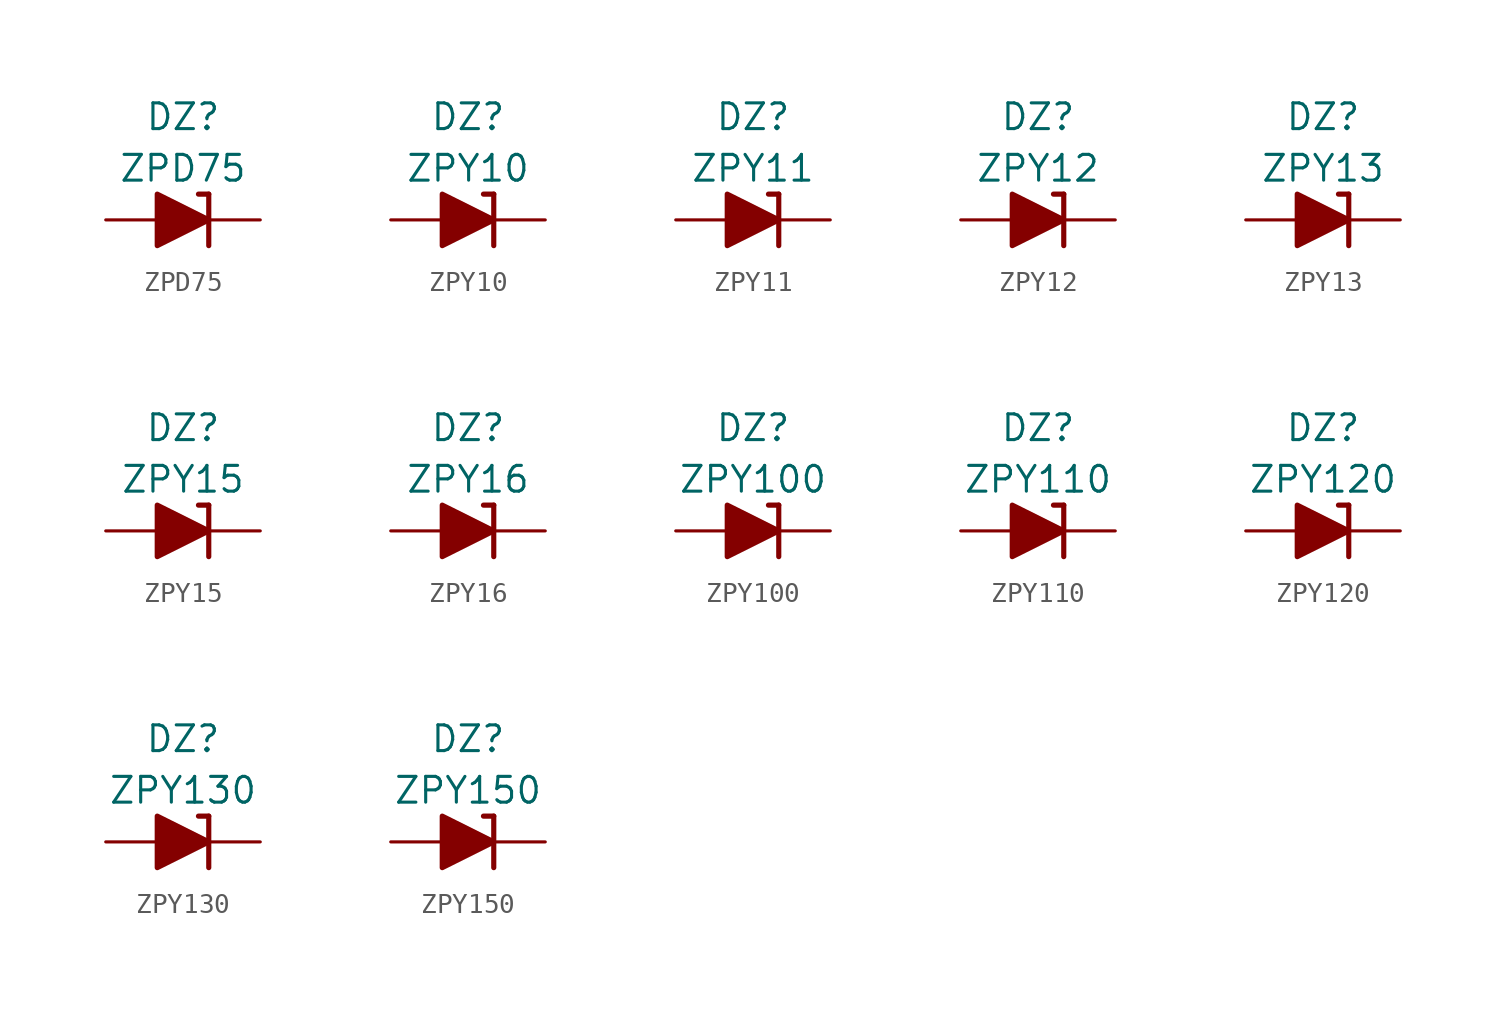
<source format=kicad_sym>
(kicad_symbol_lib
  (version 20201005)
  (generator kicad_symbol_editor)
  (symbol "Diode_Zener_AKL:ZPD75"
    (pin_numbers hide)
    (pin_names
      (offset 1.016) hide)
    (property "Reference" "DZ"
      (at 0 5.08 0)
      (effects (font (size 1.27 1.27))))
    (property "Value" "ZPD75"
      (at 0 2.54 0)
      (effects (font (size 1.27 1.27))))
    (symbol "ZPD75_0_1"
      (polyline (pts (xy -1.27 0) (xy 1.27 0)) (stroke (width 0)) (fill (type none)))
      (polyline (pts (xy 1.27 1.27) (xy 0.762 1.27)) (stroke (width 0.254)) (fill (type none)))
      (polyline (pts (xy 1.27 1.27) (xy 1.27 -1.27)) (stroke (width 0.254)) (fill (type none)))
      (polyline (pts (xy -1.27 -1.27) (xy -1.27 1.27) (xy 1.27 0) (xy -1.27 -1.27)) (stroke (width 0.254)) (fill (type outline))))
    (symbol "ZPD75_1_1"
      (pin passive line (at 3.81 0 180) (length 2.54) (name "K" (effects (font (size 1.27 1.27)))) (number "1" (effects (font (size 1.27 1.27)))))
      (pin passive line (at -3.81 0 0) (length 2.54) (name "A" (effects (font (size 1.27 1.27)))) (number "2" (effects (font (size 1.27 1.27)))))))
  (symbol "Diode_Zener_AKL:ZPY10"
    (pin_numbers hide)
    (pin_names
      (offset 1.016) hide)
    (property "Reference" "DZ"
      (at 0 5.08 0)
      (effects (font (size 1.27 1.27))))
    (property "Value" "ZPY10"
      (at 0 2.54 0)
      (effects (font (size 1.27 1.27))))
    (symbol "ZPY10_0_1"
      (polyline (pts (xy -1.27 0) (xy 1.27 0)) (stroke (width 0)) (fill (type none)))
      (polyline (pts (xy 1.27 1.27) (xy 0.762 1.27)) (stroke (width 0.254)) (fill (type none)))
      (polyline (pts (xy 1.27 1.27) (xy 1.27 -1.27)) (stroke (width 0.254)) (fill (type none)))
      (polyline (pts (xy -1.27 -1.27) (xy -1.27 1.27) (xy 1.27 0) (xy -1.27 -1.27)) (stroke (width 0.254)) (fill (type outline))))
    (symbol "ZPY10_1_1"
      (pin passive line (at 3.81 0 180) (length 2.54) (name "K" (effects (font (size 1.27 1.27)))) (number "1" (effects (font (size 1.27 1.27)))))
      (pin passive line (at -3.81 0 0) (length 2.54) (name "A" (effects (font (size 1.27 1.27)))) (number "2" (effects (font (size 1.27 1.27)))))))
  (symbol "Diode_Zener_AKL:ZPY11"
    (pin_numbers hide)
    (pin_names
      (offset 1.016) hide)
    (property "Reference" "DZ"
      (at 0 5.08 0)
      (effects (font (size 1.27 1.27))))
    (property "Value" "ZPY11"
      (at 0 2.54 0)
      (effects (font (size 1.27 1.27))))
    (symbol "ZPY11_0_1"
      (polyline (pts (xy -1.27 0) (xy 1.27 0)) (stroke (width 0)) (fill (type none)))
      (polyline (pts (xy 1.27 1.27) (xy 0.762 1.27)) (stroke (width 0.254)) (fill (type none)))
      (polyline (pts (xy 1.27 1.27) (xy 1.27 -1.27)) (stroke (width 0.254)) (fill (type none)))
      (polyline (pts (xy -1.27 -1.27) (xy -1.27 1.27) (xy 1.27 0) (xy -1.27 -1.27)) (stroke (width 0.254)) (fill (type outline))))
    (symbol "ZPY11_1_1"
      (pin passive line (at 3.81 0 180) (length 2.54) (name "K" (effects (font (size 1.27 1.27)))) (number "1" (effects (font (size 1.27 1.27)))))
      (pin passive line (at -3.81 0 0) (length 2.54) (name "A" (effects (font (size 1.27 1.27)))) (number "2" (effects (font (size 1.27 1.27)))))))
  (symbol "Diode_Zener_AKL:ZPY12"
    (pin_numbers hide)
    (pin_names
      (offset 1.016) hide)
    (property "Reference" "DZ"
      (at 0 5.08 0)
      (effects (font (size 1.27 1.27))))
    (property "Value" "ZPY12"
      (at 0 2.54 0)
      (effects (font (size 1.27 1.27))))
    (symbol "ZPY12_0_1"
      (polyline (pts (xy -1.27 0) (xy 1.27 0)) (stroke (width 0)) (fill (type none)))
      (polyline (pts (xy 1.27 1.27) (xy 0.762 1.27)) (stroke (width 0.254)) (fill (type none)))
      (polyline (pts (xy 1.27 1.27) (xy 1.27 -1.27)) (stroke (width 0.254)) (fill (type none)))
      (polyline (pts (xy -1.27 -1.27) (xy -1.27 1.27) (xy 1.27 0) (xy -1.27 -1.27)) (stroke (width 0.254)) (fill (type outline))))
    (symbol "ZPY12_1_1"
      (pin passive line (at 3.81 0 180) (length 2.54) (name "K" (effects (font (size 1.27 1.27)))) (number "1" (effects (font (size 1.27 1.27)))))
      (pin passive line (at -3.81 0 0) (length 2.54) (name "A" (effects (font (size 1.27 1.27)))) (number "2" (effects (font (size 1.27 1.27)))))))
  (symbol "Diode_Zener_AKL:ZPY13"
    (pin_numbers hide)
    (pin_names
      (offset 1.016) hide)
    (property "Reference" "DZ"
      (at 0 5.08 0)
      (effects (font (size 1.27 1.27))))
    (property "Value" "ZPY13"
      (at 0 2.54 0)
      (effects (font (size 1.27 1.27))))
    (symbol "ZPY13_0_1"
      (polyline (pts (xy -1.27 0) (xy 1.27 0)) (stroke (width 0)) (fill (type none)))
      (polyline (pts (xy 1.27 1.27) (xy 0.762 1.27)) (stroke (width 0.254)) (fill (type none)))
      (polyline (pts (xy 1.27 1.27) (xy 1.27 -1.27)) (stroke (width 0.254)) (fill (type none)))
      (polyline (pts (xy -1.27 -1.27) (xy -1.27 1.27) (xy 1.27 0) (xy -1.27 -1.27)) (stroke (width 0.254)) (fill (type outline))))
    (symbol "ZPY13_1_1"
      (pin passive line (at 3.81 0 180) (length 2.54) (name "K" (effects (font (size 1.27 1.27)))) (number "1" (effects (font (size 1.27 1.27)))))
      (pin passive line (at -3.81 0 0) (length 2.54) (name "A" (effects (font (size 1.27 1.27)))) (number "2" (effects (font (size 1.27 1.27)))))))
  (symbol "Diode_Zener_AKL:ZPY15"
    (pin_numbers hide)
    (pin_names
      (offset 1.016) hide)
    (property "Reference" "DZ"
      (at 0 5.08 0)
      (effects (font (size 1.27 1.27))))
    (property "Value" "ZPY15"
      (at 0 2.54 0)
      (effects (font (size 1.27 1.27))))
    (symbol "ZPY15_0_1"
      (polyline (pts (xy -1.27 0) (xy 1.27 0)) (stroke (width 0)) (fill (type none)))
      (polyline (pts (xy 1.27 1.27) (xy 0.762 1.27)) (stroke (width 0.254)) (fill (type none)))
      (polyline (pts (xy 1.27 1.27) (xy 1.27 -1.27)) (stroke (width 0.254)) (fill (type none)))
      (polyline (pts (xy -1.27 -1.27) (xy -1.27 1.27) (xy 1.27 0) (xy -1.27 -1.27)) (stroke (width 0.254)) (fill (type outline))))
    (symbol "ZPY15_1_1"
      (pin passive line (at 3.81 0 180) (length 2.54) (name "K" (effects (font (size 1.27 1.27)))) (number "1" (effects (font (size 1.27 1.27)))))
      (pin passive line (at -3.81 0 0) (length 2.54) (name "A" (effects (font (size 1.27 1.27)))) (number "2" (effects (font (size 1.27 1.27)))))))
  (symbol "Diode_Zener_AKL:ZPY16"
    (pin_numbers hide)
    (pin_names
      (offset 1.016) hide)
    (property "Reference" "DZ"
      (at 0 5.08 0)
      (effects (font (size 1.27 1.27))))
    (property "Value" "ZPY16"
      (at 0 2.54 0)
      (effects (font (size 1.27 1.27))))
    (symbol "ZPY16_0_1"
      (polyline (pts (xy -1.27 0) (xy 1.27 0)) (stroke (width 0)) (fill (type none)))
      (polyline (pts (xy 1.27 1.27) (xy 0.762 1.27)) (stroke (width 0.254)) (fill (type none)))
      (polyline (pts (xy 1.27 1.27) (xy 1.27 -1.27)) (stroke (width 0.254)) (fill (type none)))
      (polyline (pts (xy -1.27 -1.27) (xy -1.27 1.27) (xy 1.27 0) (xy -1.27 -1.27)) (stroke (width 0.254)) (fill (type outline))))
    (symbol "ZPY16_1_1"
      (pin passive line (at 3.81 0 180) (length 2.54) (name "K" (effects (font (size 1.27 1.27)))) (number "1" (effects (font (size 1.27 1.27)))))
      (pin passive line (at -3.81 0 0) (length 2.54) (name "A" (effects (font (size 1.27 1.27)))) (number "2" (effects (font (size 1.27 1.27)))))))
  (symbol "Diode_Zener_AKL:ZPY100"
    (pin_numbers hide)
    (pin_names
      (offset 1.016) hide)
    (property "Reference" "DZ"
      (at 0 5.08 0)
      (effects (font (size 1.27 1.27))))
    (property "Value" "ZPY100"
      (at 0 2.54 0)
      (effects (font (size 1.27 1.27))))
    (symbol "ZPY100_0_1"
      (polyline (pts (xy -1.27 0) (xy 1.27 0)) (stroke (width 0)) (fill (type none)))
      (polyline (pts (xy 1.27 1.27) (xy 0.762 1.27)) (stroke (width 0.254)) (fill (type none)))
      (polyline (pts (xy 1.27 1.27) (xy 1.27 -1.27)) (stroke (width 0.254)) (fill (type none)))
      (polyline (pts (xy -1.27 -1.27) (xy -1.27 1.27) (xy 1.27 0) (xy -1.27 -1.27)) (stroke (width 0.254)) (fill (type outline))))
    (symbol "ZPY100_1_1"
      (pin passive line (at 3.81 0 180) (length 2.54) (name "K" (effects (font (size 1.27 1.27)))) (number "1" (effects (font (size 1.27 1.27)))))
      (pin passive line (at -3.81 0 0) (length 2.54) (name "A" (effects (font (size 1.27 1.27)))) (number "2" (effects (font (size 1.27 1.27)))))))
  (symbol "Diode_Zener_AKL:ZPY110"
    (pin_numbers hide)
    (pin_names
      (offset 1.016) hide)
    (property "Reference" "DZ"
      (at 0 5.08 0)
      (effects (font (size 1.27 1.27))))
    (property "Value" "ZPY110"
      (at 0 2.54 0)
      (effects (font (size 1.27 1.27))))
    (symbol "ZPY110_0_1"
      (polyline (pts (xy -1.27 0) (xy 1.27 0)) (stroke (width 0)) (fill (type none)))
      (polyline (pts (xy 1.27 1.27) (xy 0.762 1.27)) (stroke (width 0.254)) (fill (type none)))
      (polyline (pts (xy 1.27 1.27) (xy 1.27 -1.27)) (stroke (width 0.254)) (fill (type none)))
      (polyline (pts (xy -1.27 -1.27) (xy -1.27 1.27) (xy 1.27 0) (xy -1.27 -1.27)) (stroke (width 0.254)) (fill (type outline))))
    (symbol "ZPY110_1_1"
      (pin passive line (at 3.81 0 180) (length 2.54) (name "K" (effects (font (size 1.27 1.27)))) (number "1" (effects (font (size 1.27 1.27)))))
      (pin passive line (at -3.81 0 0) (length 2.54) (name "A" (effects (font (size 1.27 1.27)))) (number "2" (effects (font (size 1.27 1.27)))))))
  (symbol "Diode_Zener_AKL:ZPY120"
    (pin_numbers hide)
    (pin_names
      (offset 1.016) hide)
    (property "Reference" "DZ"
      (at 0 5.08 0)
      (effects (font (size 1.27 1.27))))
    (property "Value" "ZPY120"
      (at 0 2.54 0)
      (effects (font (size 1.27 1.27))))
    (symbol "ZPY120_0_1"
      (polyline (pts (xy -1.27 0) (xy 1.27 0)) (stroke (width 0)) (fill (type none)))
      (polyline (pts (xy 1.27 1.27) (xy 0.762 1.27)) (stroke (width 0.254)) (fill (type none)))
      (polyline (pts (xy 1.27 1.27) (xy 1.27 -1.27)) (stroke (width 0.254)) (fill (type none)))
      (polyline (pts (xy -1.27 -1.27) (xy -1.27 1.27) (xy 1.27 0) (xy -1.27 -1.27)) (stroke (width 0.254)) (fill (type outline))))
    (symbol "ZPY120_1_1"
      (pin passive line (at 3.81 0 180) (length 2.54) (name "K" (effects (font (size 1.27 1.27)))) (number "1" (effects (font (size 1.27 1.27)))))
      (pin passive line (at -3.81 0 0) (length 2.54) (name "A" (effects (font (size 1.27 1.27)))) (number "2" (effects (font (size 1.27 1.27)))))))
  (symbol "Diode_Zener_AKL:ZPY130"
    (pin_numbers hide)
    (pin_names
      (offset 1.016) hide)
    (property "Reference" "DZ"
      (at 0 5.08 0)
      (effects (font (size 1.27 1.27))))
    (property "Value" "ZPY130"
      (at 0 2.54 0)
      (effects (font (size 1.27 1.27))))
    (symbol "ZPY130_0_1"
      (polyline (pts (xy -1.27 0) (xy 1.27 0)) (stroke (width 0)) (fill (type none)))
      (polyline (pts (xy 1.27 1.27) (xy 0.762 1.27)) (stroke (width 0.254)) (fill (type none)))
      (polyline (pts (xy 1.27 1.27) (xy 1.27 -1.27)) (stroke (width 0.254)) (fill (type none)))
      (polyline (pts (xy -1.27 -1.27) (xy -1.27 1.27) (xy 1.27 0) (xy -1.27 -1.27)) (stroke (width 0.254)) (fill (type outline))))
    (symbol "ZPY130_1_1"
      (pin passive line (at 3.81 0 180) (length 2.54) (name "K" (effects (font (size 1.27 1.27)))) (number "1" (effects (font (size 1.27 1.27)))))
      (pin passive line (at -3.81 0 0) (length 2.54) (name "A" (effects (font (size 1.27 1.27)))) (number "2" (effects (font (size 1.27 1.27)))))))
  (symbol "Diode_Zener_AKL:ZPY150"
    (pin_numbers hide)
    (pin_names
      (offset 1.016) hide)
    (property "Reference" "DZ"
      (at 0 5.08 0)
      (effects (font (size 1.27 1.27))))
    (property "Value" "ZPY150"
      (at 0 2.54 0)
      (effects (font (size 1.27 1.27))))
    (symbol "ZPY150_0_1"
      (polyline (pts (xy -1.27 0) (xy 1.27 0)) (stroke (width 0)) (fill (type none)))
      (polyline (pts (xy 1.27 1.27) (xy 0.762 1.27)) (stroke (width 0.254)) (fill (type none)))
      (polyline (pts (xy 1.27 1.27) (xy 1.27 -1.27)) (stroke (width 0.254)) (fill (type none)))
      (polyline (pts (xy -1.27 -1.27) (xy -1.27 1.27) (xy 1.27 0) (xy -1.27 -1.27)) (stroke (width 0.254)) (fill (type outline))))
    (symbol "ZPY150_1_1"
      (pin passive line (at 3.81 0 180) (length 2.54) (name "K" (effects (font (size 1.27 1.27)))) (number "1" (effects (font (size 1.27 1.27)))))
      (pin passive line (at -3.81 0 0) (length 2.54) (name "A" (effects (font (size 1.27 1.27)))) (number "2" (effects (font (size 1.27 1.27))))))))
</source>
